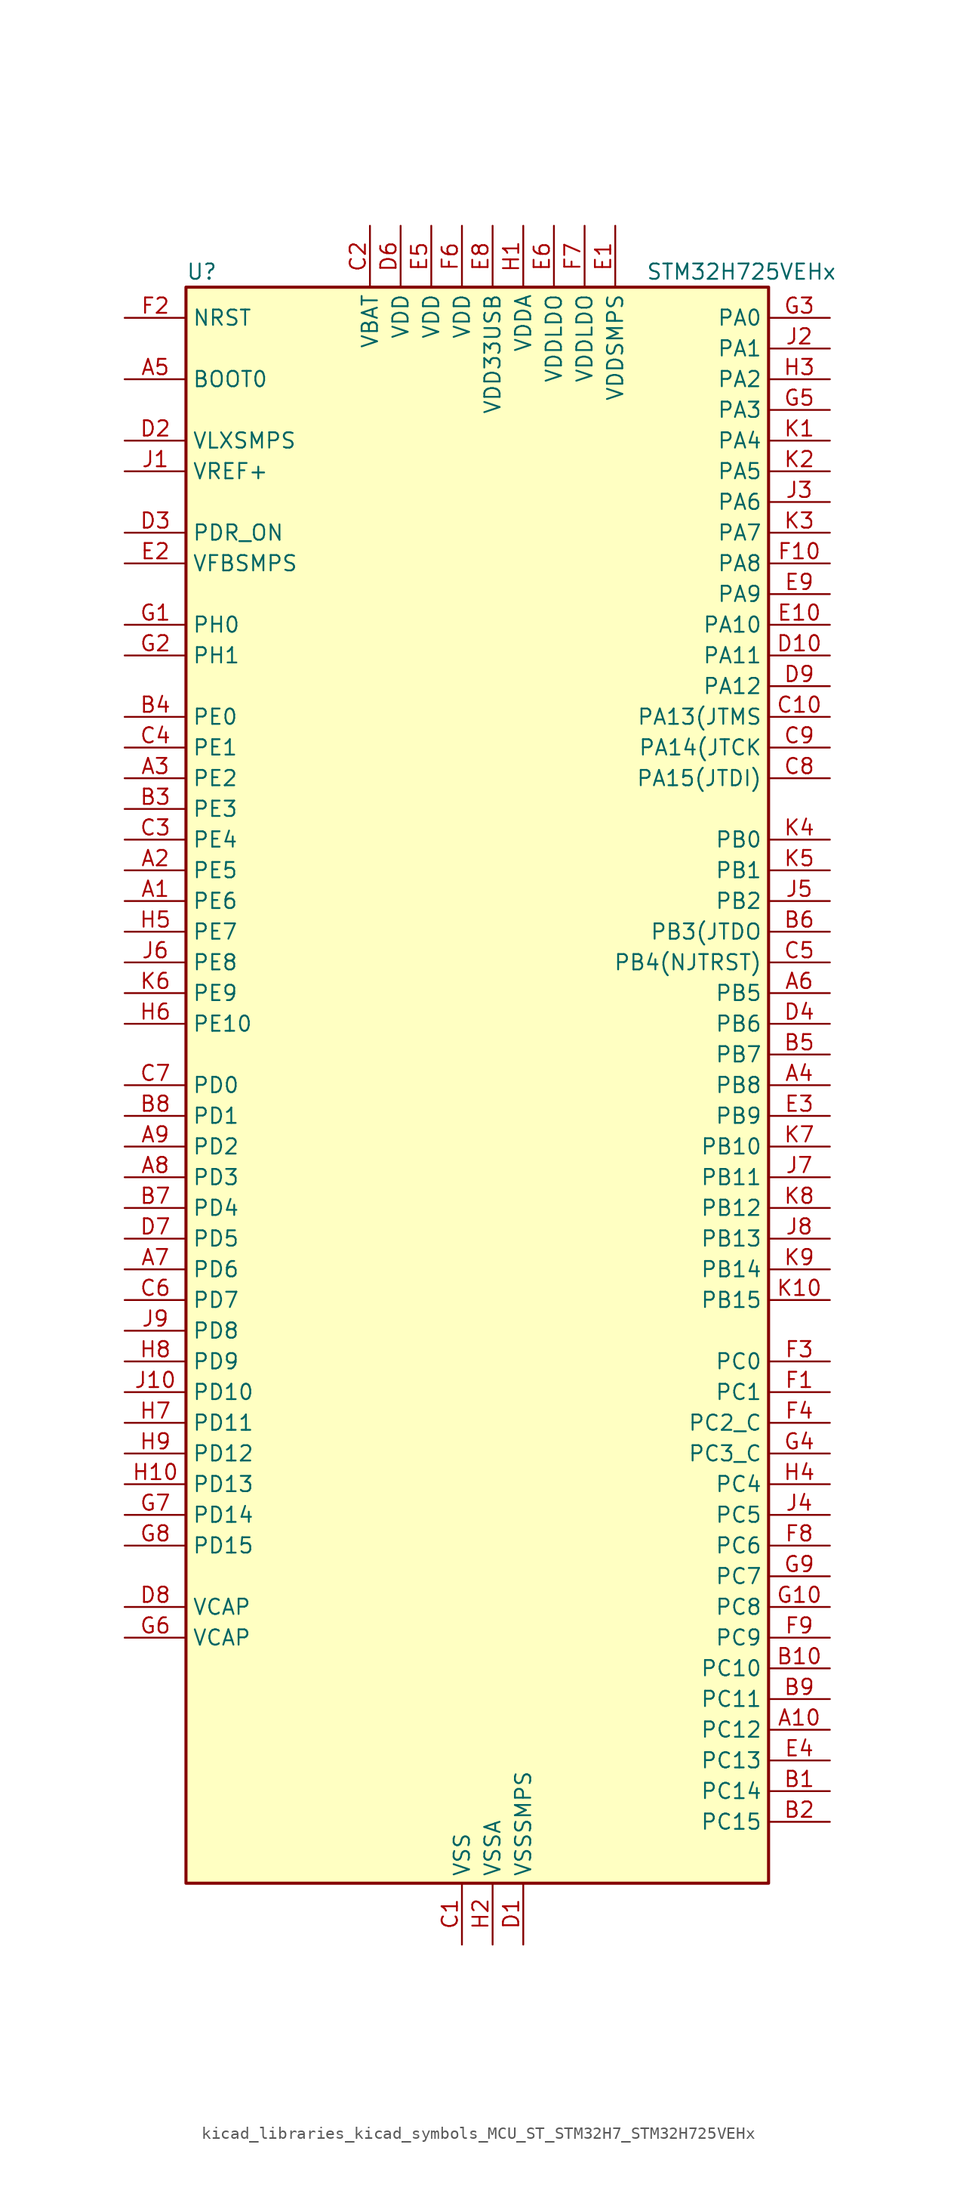
<source format=kicad_sym>
(kicad_symbol_lib
  (version 20220914)
  (generator kicad_symbol_editor)
  (symbol "kicad_libraries_kicad_symbols_MCU_ST_STM32H7_STM32H725VEHx"
    (property "Reference" "U"
      (at -22.86 67.31 0)
      (effects (font (size 1.27 1.27)) (justify left)))
    (property "Value" "STM32H725VEHx"
      (at 15.24 67.31 0)
      (effects (font (size 1.27 1.27)) (justify left)))
    (property "ki_locked" ""
      (at 0 0 0)
      (effects (font (size 1.27 1.27))))
    (symbol "kicad_libraries_kicad_symbols_MCU_ST_STM32H7_STM32H725VEHx_0_1"
      (rectangle (start -22.86 -66.04) (end 25.4 66.04) (stroke (width 0.254) (type default)) (fill (type background))))
    (symbol "kicad_libraries_kicad_symbols_MCU_ST_STM32H7_STM32H725VEHx_1_1"
      (pin bidirectional line (at -27.94 15.24 0) (length 5.08) (name "PE6" (effects (font (size 1.27 1.27)))) (number "A1" (effects (font (size 1.27 1.27)))) (alternate "DCMI_D7" bidirectional line) (alternate "DEBUG_TRACED3" bidirectional line) (alternate "FMC_A22" bidirectional line) (alternate "LTDC_G1" bidirectional line) (alternate "PSSI_D7" bidirectional line) (alternate "SAI1_D1" bidirectional line) (alternate "SAI1_SD_A" bidirectional line) (alternate "SAI4_D1" bidirectional line) (alternate "SAI4_MCLK_B" bidirectional line) (alternate "SAI4_SD_A" bidirectional line) (alternate "SPI4_MOSI" bidirectional line) (alternate "TIM15_CH2" bidirectional line) (alternate "TIM1_BKIN2" bidirectional line) (alternate "TIM1_BKIN2_COMP1" bidirectional line) (alternate "TIM1_BKIN2_COMP2" bidirectional line))
      (pin bidirectional line (at 30.48 -53.34 180) (length 5.08) (name "PC12" (effects (font (size 1.27 1.27)))) (number "A10" (effects (font (size 1.27 1.27)))) (alternate "DCMI_D9" bidirectional line) (alternate "DEBUG_TRACED3" bidirectional line) (alternate "FMC_D6" bidirectional line) (alternate "FMC_DA6" bidirectional line) (alternate "I2C5_SMBA" bidirectional line) (alternate "I2S3_SDO" bidirectional line) (alternate "I2S6_CK" bidirectional line) (alternate "LTDC_R6" bidirectional line) (alternate "PSSI_D9" bidirectional line) (alternate "SDMMC1_CK" bidirectional line) (alternate "SPI3_MOSI" bidirectional line) (alternate "SPI6_SCK" bidirectional line) (alternate "TIM15_CH1" bidirectional line) (alternate "UART5_TX" bidirectional line) (alternate "USART3_CK" bidirectional line))
      (pin bidirectional line (at -27.94 17.78 0) (length 5.08) (name "PE5" (effects (font (size 1.27 1.27)))) (number "A2" (effects (font (size 1.27 1.27)))) (alternate "DCMI_D6" bidirectional line) (alternate "DEBUG_TRACED2" bidirectional line) (alternate "DFSDM1_CKIN3" bidirectional line) (alternate "FMC_A21" bidirectional line) (alternate "LTDC_G0" bidirectional line) (alternate "PSSI_D6" bidirectional line) (alternate "SAI1_CK2" bidirectional line) (alternate "SAI1_SCK_A" bidirectional line) (alternate "SAI4_CK2" bidirectional line) (alternate "SAI4_SCK_A" bidirectional line) (alternate "SPI4_MISO" bidirectional line) (alternate "TIM15_CH1" bidirectional line))
      (pin bidirectional line (at -27.94 25.4 0) (length 5.08) (name "PE2" (effects (font (size 1.27 1.27)))) (number "A3" (effects (font (size 1.27 1.27)))) (alternate "DEBUG_TRACECLK" bidirectional line) (alternate "ETH_TXD3" bidirectional line) (alternate "FMC_A23" bidirectional line) (alternate "OCTOSPIM_P1_IO2" bidirectional line) (alternate "SAI1_CK1" bidirectional line) (alternate "SAI1_MCLK_A" bidirectional line) (alternate "SAI4_CK1" bidirectional line) (alternate "SAI4_MCLK_A" bidirectional line) (alternate "SPI4_SCK" bidirectional line) (alternate "USART10_RX" bidirectional line))
      (pin bidirectional line (at 30.48 0 180) (length 5.08) (name "PB8" (effects (font (size 1.27 1.27)))) (number "A4" (effects (font (size 1.27 1.27)))) (alternate "DCMI_D6" bidirectional line) (alternate "DFSDM1_CKIN7" bidirectional line) (alternate "ETH_TXD3" bidirectional line) (alternate "FDCAN1_RX" bidirectional line) (alternate "I2C1_SCL" bidirectional line) (alternate "I2C4_SCL" bidirectional line) (alternate "LTDC_B6" bidirectional line) (alternate "PSSI_D6" bidirectional line) (alternate "SDMMC1_CKIN" bidirectional line) (alternate "SDMMC1_D4" bidirectional line) (alternate "SDMMC2_D4" bidirectional line) (alternate "TIM16_CH1" bidirectional line) (alternate "TIM4_CH3" bidirectional line) (alternate "UART4_RX" bidirectional line))
      (pin input line (at -27.94 58.42 0) (length 5.08) (name "BOOT0" (effects (font (size 1.27 1.27)))) (number "A5" (effects (font (size 1.27 1.27)))))
      (pin bidirectional line (at 30.48 7.62 180) (length 5.08) (name "PB5" (effects (font (size 1.27 1.27)))) (number "A6" (effects (font (size 1.27 1.27)))) (alternate "DCMI_D10" bidirectional line) (alternate "ETH_PPS_OUT" bidirectional line) (alternate "FDCAN2_RX" bidirectional line) (alternate "FMC_SDCKE1" bidirectional line) (alternate "I2C1_SMBA" bidirectional line) (alternate "I2C4_SMBA" bidirectional line) (alternate "I2S1_SDO" bidirectional line) (alternate "I2S3_SDO" bidirectional line) (alternate "I2S6_SDO" bidirectional line) (alternate "LTDC_B5" bidirectional line) (alternate "PSSI_D10" bidirectional line) (alternate "SPI1_MOSI" bidirectional line) (alternate "SPI3_MOSI" bidirectional line) (alternate "SPI6_MOSI" bidirectional line) (alternate "TIM17_BKIN" bidirectional line) (alternate "TIM3_CH2" bidirectional line) (alternate "UART5_RX" bidirectional line) (alternate "USB_OTG_HS_ULPI_D7" bidirectional line))
      (pin bidirectional line (at -27.94 -15.24 0) (length 5.08) (name "PD6" (effects (font (size 1.27 1.27)))) (number "A7" (effects (font (size 1.27 1.27)))) (alternate "DCMI_D10" bidirectional line) (alternate "DFSDM1_CKIN4" bidirectional line) (alternate "DFSDM1_DATIN1" bidirectional line) (alternate "FMC_NWAIT" bidirectional line) (alternate "I2S3_SDO" bidirectional line) (alternate "LTDC_B2" bidirectional line) (alternate "OCTOSPIM_P1_IO6" bidirectional line) (alternate "PSSI_D10" bidirectional line) (alternate "SAI1_D1" bidirectional line) (alternate "SAI1_SD_A" bidirectional line) (alternate "SAI4_D1" bidirectional line) (alternate "SAI4_SD_A" bidirectional line) (alternate "SDMMC2_CK" bidirectional line) (alternate "SPI3_MOSI" bidirectional line) (alternate "USART2_RX" bidirectional line))
      (pin bidirectional line (at -27.94 -7.62 0) (length 5.08) (name "PD3" (effects (font (size 1.27 1.27)))) (number "A8" (effects (font (size 1.27 1.27)))) (alternate "DCMI_D5" bidirectional line) (alternate "DFSDM1_CKOUT" bidirectional line) (alternate "FMC_CLK" bidirectional line) (alternate "I2S2_CK" bidirectional line) (alternate "LTDC_G7" bidirectional line) (alternate "PSSI_D5" bidirectional line) (alternate "SPI2_SCK" bidirectional line) (alternate "USART2_CTS" bidirectional line) (alternate "USART2_NSS" bidirectional line))
      (pin bidirectional line (at -27.94 -5.08 0) (length 5.08) (name "PD2" (effects (font (size 1.27 1.27)))) (number "A9" (effects (font (size 1.27 1.27)))) (alternate "DCMI_D11" bidirectional line) (alternate "DEBUG_TRACED2" bidirectional line) (alternate "FMC_D7" bidirectional line) (alternate "FMC_DA7" bidirectional line) (alternate "LTDC_B2" bidirectional line) (alternate "LTDC_B7" bidirectional line) (alternate "PSSI_D11" bidirectional line) (alternate "SDMMC1_CMD" bidirectional line) (alternate "TIM15_BKIN" bidirectional line) (alternate "TIM3_ETR" bidirectional line) (alternate "UART5_RX" bidirectional line))
      (pin bidirectional line (at 30.48 -58.42 180) (length 5.08) (name "PC14" (effects (font (size 1.27 1.27)))) (number "B1" (effects (font (size 1.27 1.27)))) (alternate "RCC_OSC32_IN" bidirectional line))
      (pin bidirectional line (at 30.48 -48.26 180) (length 5.08) (name "PC10" (effects (font (size 1.27 1.27)))) (number "B10" (effects (font (size 1.27 1.27)))) (alternate "DCMI_D8" bidirectional line) (alternate "DFSDM1_CKIN5" bidirectional line) (alternate "I2C5_SDA" bidirectional line) (alternate "I2S3_CK" bidirectional line) (alternate "LTDC_B1" bidirectional line) (alternate "LTDC_R2" bidirectional line) (alternate "OCTOSPIM_P1_IO1" bidirectional line) (alternate "PSSI_D8" bidirectional line) (alternate "SDMMC1_D2" bidirectional line) (alternate "SPI3_SCK" bidirectional line) (alternate "SWPMI1_RX" bidirectional line) (alternate "UART4_TX" bidirectional line) (alternate "USART3_TX" bidirectional line))
      (pin bidirectional line (at 30.48 -60.96 180) (length 5.08) (name "PC15" (effects (font (size 1.27 1.27)))) (number "B2" (effects (font (size 1.27 1.27)))) (alternate "ADC1_EXTI15" bidirectional line) (alternate "ADC2_EXTI15" bidirectional line) (alternate "ADC3_EXTI15" bidirectional line) (alternate "RCC_OSC32_OUT" bidirectional line))
      (pin bidirectional line (at -27.94 22.86 0) (length 5.08) (name "PE3" (effects (font (size 1.27 1.27)))) (number "B3" (effects (font (size 1.27 1.27)))) (alternate "DEBUG_TRACED0" bidirectional line) (alternate "FMC_A19" bidirectional line) (alternate "SAI1_SD_B" bidirectional line) (alternate "SAI4_SD_B" bidirectional line) (alternate "TIM15_BKIN" bidirectional line) (alternate "USART10_TX" bidirectional line))
      (pin bidirectional line (at -27.94 30.48 0) (length 5.08) (name "PE0" (effects (font (size 1.27 1.27)))) (number "B4" (effects (font (size 1.27 1.27)))) (alternate "DCMI_D2" bidirectional line) (alternate "FMC_NBL0" bidirectional line) (alternate "LPTIM1_ETR" bidirectional line) (alternate "LPTIM2_ETR" bidirectional line) (alternate "LTDC_R0" bidirectional line) (alternate "PSSI_D2" bidirectional line) (alternate "SAI4_MCLK_A" bidirectional line) (alternate "TIM4_ETR" bidirectional line) (alternate "UART8_RX" bidirectional line))
      (pin bidirectional line (at 30.48 2.54 180) (length 5.08) (name "PB7" (effects (font (size 1.27 1.27)))) (number "B5" (effects (font (size 1.27 1.27)))) (alternate "DCMI_VSYNC" bidirectional line) (alternate "DFSDM1_CKIN5" bidirectional line) (alternate "FMC_NL" bidirectional line) (alternate "I2C1_SDA" bidirectional line) (alternate "I2C4_SDA" bidirectional line) (alternate "LPUART1_RX" bidirectional line) (alternate "PSSI_RDY" bidirectional line) (alternate "PWR_PVD_IN" bidirectional line) (alternate "TIM17_CH1N" bidirectional line) (alternate "TIM4_CH2" bidirectional line) (alternate "USART1_RX" bidirectional line))
      (pin bidirectional line (at 30.48 12.7 180) (length 5.08) (name "PB3(JTDO" (effects (font (size 1.27 1.27)))) (number "B6" (effects (font (size 1.27 1.27)))) (alternate "CRS_SYNC" bidirectional line) (alternate "DEBUG_JTDO-SWO" bidirectional line) (alternate "I2S1_CK" bidirectional line) (alternate "I2S3_CK" bidirectional line) (alternate "I2S6_CK" bidirectional line) (alternate "SDMMC2_D2" bidirectional line) (alternate "SPI1_SCK" bidirectional line) (alternate "SPI3_SCK" bidirectional line) (alternate "SPI6_SCK" bidirectional line) (alternate "TIM24_ETR" bidirectional line) (alternate "TIM2_CH2" bidirectional line) (alternate "UART7_RX" bidirectional line))
      (pin bidirectional line (at -27.94 -10.16 0) (length 5.08) (name "PD4" (effects (font (size 1.27 1.27)))) (number "B7" (effects (font (size 1.27 1.27)))) (alternate "FMC_NOE" bidirectional line) (alternate "OCTOSPIM_P1_IO4" bidirectional line) (alternate "USART2_DE" bidirectional line) (alternate "USART2_RTS" bidirectional line))
      (pin bidirectional line (at -27.94 -2.54 0) (length 5.08) (name "PD1" (effects (font (size 1.27 1.27)))) (number "B8" (effects (font (size 1.27 1.27)))) (alternate "DFSDM1_DATIN6" bidirectional line) (alternate "FDCAN1_TX" bidirectional line) (alternate "FMC_D3" bidirectional line) (alternate "FMC_DA3" bidirectional line) (alternate "UART4_TX" bidirectional line))
      (pin bidirectional line (at 30.48 -50.8 180) (length 5.08) (name "PC11" (effects (font (size 1.27 1.27)))) (number "B9" (effects (font (size 1.27 1.27)))) (alternate "ADC1_EXTI11" bidirectional line) (alternate "ADC2_EXTI11" bidirectional line) (alternate "ADC3_EXTI11" bidirectional line) (alternate "DCMI_D4" bidirectional line) (alternate "DFSDM1_DATIN5" bidirectional line) (alternate "I2C5_SCL" bidirectional line) (alternate "I2S3_SDI" bidirectional line) (alternate "LTDC_B4" bidirectional line) (alternate "OCTOSPIM_P1_NCS" bidirectional line) (alternate "PSSI_D4" bidirectional line) (alternate "SDMMC1_D3" bidirectional line) (alternate "SPI3_MISO" bidirectional line) (alternate "UART4_RX" bidirectional line) (alternate "USART3_RX" bidirectional line))
      (pin power_in line (at 0 -71.12 90) (length 5.08) (name "VSS" (effects (font (size 1.27 1.27)))) (number "C1" (effects (font (size 1.27 1.27)))))
      (pin bidirectional line (at 30.48 30.48 180) (length 5.08) (name "PA13(JTMS" (effects (font (size 1.27 1.27)))) (number "C10" (effects (font (size 1.27 1.27)))) (alternate "DEBUG_JTMS-SWDIO" bidirectional line))
      (pin power_in line (at -7.62 71.12 270) (length 5.08) (name "VBAT" (effects (font (size 1.27 1.27)))) (number "C2" (effects (font (size 1.27 1.27)))))
      (pin bidirectional line (at -27.94 20.32 0) (length 5.08) (name "PE4" (effects (font (size 1.27 1.27)))) (number "C3" (effects (font (size 1.27 1.27)))) (alternate "DCMI_D4" bidirectional line) (alternate "DEBUG_TRACED1" bidirectional line) (alternate "DFSDM1_DATIN3" bidirectional line) (alternate "FMC_A20" bidirectional line) (alternate "LTDC_B0" bidirectional line) (alternate "PSSI_D4" bidirectional line) (alternate "SAI1_D2" bidirectional line) (alternate "SAI1_FS_A" bidirectional line) (alternate "SAI4_D2" bidirectional line) (alternate "SAI4_FS_A" bidirectional line) (alternate "SPI4_NSS" bidirectional line) (alternate "TIM15_CH1N" bidirectional line))
      (pin bidirectional line (at -27.94 27.94 0) (length 5.08) (name "PE1" (effects (font (size 1.27 1.27)))) (number "C4" (effects (font (size 1.27 1.27)))) (alternate "DCMI_D3" bidirectional line) (alternate "FMC_NBL1" bidirectional line) (alternate "LPTIM1_IN2" bidirectional line) (alternate "LTDC_R6" bidirectional line) (alternate "PSSI_D3" bidirectional line) (alternate "UART8_TX" bidirectional line))
      (pin bidirectional line (at 30.48 10.16 180) (length 5.08) (name "PB4(NJTRST)" (effects (font (size 1.27 1.27)))) (number "C5" (effects (font (size 1.27 1.27)))) (alternate "DEBUG_JTRST" bidirectional line) (alternate "I2S1_SDI" bidirectional line) (alternate "I2S2_WS" bidirectional line) (alternate "I2S3_SDI" bidirectional line) (alternate "I2S6_SDI" bidirectional line) (alternate "SDMMC2_D3" bidirectional line) (alternate "SPI1_MISO" bidirectional line) (alternate "SPI2_NSS" bidirectional line) (alternate "SPI3_MISO" bidirectional line) (alternate "SPI6_MISO" bidirectional line) (alternate "TIM16_BKIN" bidirectional line) (alternate "TIM3_CH1" bidirectional line) (alternate "UART7_TX" bidirectional line))
      (pin bidirectional line (at -27.94 -17.78 0) (length 5.08) (name "PD7" (effects (font (size 1.27 1.27)))) (number "C6" (effects (font (size 1.27 1.27)))) (alternate "DFSDM1_CKIN1" bidirectional line) (alternate "DFSDM1_DATIN4" bidirectional line) (alternate "FMC_NE1" bidirectional line) (alternate "I2S1_SDO" bidirectional line) (alternate "OCTOSPIM_P1_IO7" bidirectional line) (alternate "SDMMC2_CMD" bidirectional line) (alternate "SPDIFRX1_IN0" bidirectional line) (alternate "SPI1_MOSI" bidirectional line) (alternate "USART2_CK" bidirectional line))
      (pin bidirectional line (at -27.94 0 0) (length 5.08) (name "PD0" (effects (font (size 1.27 1.27)))) (number "C7" (effects (font (size 1.27 1.27)))) (alternate "DFSDM1_CKIN6" bidirectional line) (alternate "FDCAN1_RX" bidirectional line) (alternate "FMC_D2" bidirectional line) (alternate "FMC_DA2" bidirectional line) (alternate "LTDC_B1" bidirectional line) (alternate "UART4_RX" bidirectional line) (alternate "UART9_CTS" bidirectional line))
      (pin bidirectional line (at 30.48 25.4 180) (length 5.08) (name "PA15(JTDI)" (effects (font (size 1.27 1.27)))) (number "C8" (effects (font (size 1.27 1.27)))) (alternate "ADC1_EXTI15" bidirectional line) (alternate "ADC2_EXTI15" bidirectional line) (alternate "ADC3_EXTI15" bidirectional line) (alternate "CEC" bidirectional line) (alternate "DEBUG_JTDI" bidirectional line) (alternate "I2S1_WS" bidirectional line) (alternate "I2S3_WS" bidirectional line) (alternate "I2S6_WS" bidirectional line) (alternate "LTDC_B6" bidirectional line) (alternate "LTDC_R3" bidirectional line) (alternate "SPI1_NSS" bidirectional line) (alternate "SPI3_NSS" bidirectional line) (alternate "SPI6_NSS" bidirectional line) (alternate "TIM2_CH1" bidirectional line) (alternate "TIM2_ETR" bidirectional line) (alternate "UART4_DE" bidirectional line) (alternate "UART4_RTS" bidirectional line) (alternate "UART7_TX" bidirectional line))
      (pin bidirectional line (at 30.48 27.94 180) (length 5.08) (name "PA14(JTCK" (effects (font (size 1.27 1.27)))) (number "C9" (effects (font (size 1.27 1.27)))) (alternate "DEBUG_JTCK-SWCLK" bidirectional line))
      (pin power_in line (at 5.08 -71.12 90) (length 5.08) (name "VSSSMPS" (effects (font (size 1.27 1.27)))) (number "D1" (effects (font (size 1.27 1.27)))))
      (pin bidirectional line (at 30.48 35.56 180) (length 5.08) (name "PA11" (effects (font (size 1.27 1.27)))) (number "D10" (effects (font (size 1.27 1.27)))) (alternate "ADC1_EXTI11" bidirectional line) (alternate "ADC2_EXTI11" bidirectional line) (alternate "ADC3_EXTI11" bidirectional line) (alternate "FDCAN1_RX" bidirectional line) (alternate "I2S2_WS" bidirectional line) (alternate "LPUART1_CTS" bidirectional line) (alternate "LTDC_R4" bidirectional line) (alternate "SPI2_NSS" bidirectional line) (alternate "TIM1_CH4" bidirectional line) (alternate "UART4_RX" bidirectional line) (alternate "USART1_CTS" bidirectional line) (alternate "USART1_NSS" bidirectional line) (alternate "USB_OTG_HS_DM" bidirectional line))
      (pin power_in line (at -27.94 53.34 0) (length 5.08) (name "VLXSMPS" (effects (font (size 1.27 1.27)))) (number "D2" (effects (font (size 1.27 1.27)))))
      (pin input line (at -27.94 45.72 0) (length 5.08) (name "PDR_ON" (effects (font (size 1.27 1.27)))) (number "D3" (effects (font (size 1.27 1.27)))))
      (pin bidirectional line (at 30.48 5.08 180) (length 5.08) (name "PB6" (effects (font (size 1.27 1.27)))) (number "D4" (effects (font (size 1.27 1.27)))) (alternate "CEC" bidirectional line) (alternate "DCMI_D5" bidirectional line) (alternate "DFSDM1_DATIN5" bidirectional line) (alternate "FDCAN2_TX" bidirectional line) (alternate "FMC_SDNE1" bidirectional line) (alternate "I2C1_SCL" bidirectional line) (alternate "I2C4_SCL" bidirectional line) (alternate "LPUART1_TX" bidirectional line) (alternate "OCTOSPIM_P1_NCS" bidirectional line) (alternate "PSSI_D5" bidirectional line) (alternate "TIM16_CH1N" bidirectional line) (alternate "TIM4_CH1" bidirectional line) (alternate "UART5_TX" bidirectional line) (alternate "USART1_TX" bidirectional line))
      (pin passive line (at 0 -71.12 90) (length 5.08) hide (name "VSS" (effects (font (size 1.27 1.27)))) (number "D5" (effects (font (size 1.27 1.27)))))
      (pin power_in line (at -5.08 71.12 270) (length 5.08) (name "VDD" (effects (font (size 1.27 1.27)))) (number "D6" (effects (font (size 1.27 1.27)))))
      (pin bidirectional line (at -27.94 -12.7 0) (length 5.08) (name "PD5" (effects (font (size 1.27 1.27)))) (number "D7" (effects (font (size 1.27 1.27)))) (alternate "FMC_NWE" bidirectional line) (alternate "OCTOSPIM_P1_IO5" bidirectional line) (alternate "USART2_TX" bidirectional line))
      (pin power_out line (at -27.94 -43.18 0) (length 5.08) (name "VCAP" (effects (font (size 1.27 1.27)))) (number "D8" (effects (font (size 1.27 1.27)))))
      (pin bidirectional line (at 30.48 33.02 180) (length 5.08) (name "PA12" (effects (font (size 1.27 1.27)))) (number "D9" (effects (font (size 1.27 1.27)))) (alternate "FDCAN1_TX" bidirectional line) (alternate "I2S2_CK" bidirectional line) (alternate "LPUART1_DE" bidirectional line) (alternate "LPUART1_RTS" bidirectional line) (alternate "LTDC_R5" bidirectional line) (alternate "SAI4_FS_B" bidirectional line) (alternate "SPI2_SCK" bidirectional line) (alternate "TIM1_BKIN2" bidirectional line) (alternate "TIM1_ETR" bidirectional line) (alternate "UART4_TX" bidirectional line) (alternate "USART1_DE" bidirectional line) (alternate "USART1_RTS" bidirectional line) (alternate "USB_OTG_HS_DP" bidirectional line))
      (pin power_in line (at 12.7 71.12 270) (length 5.08) (name "VDDSMPS" (effects (font (size 1.27 1.27)))) (number "E1" (effects (font (size 1.27 1.27)))))
      (pin bidirectional line (at 30.48 38.1 180) (length 5.08) (name "PA10" (effects (font (size 1.27 1.27)))) (number "E10" (effects (font (size 1.27 1.27)))) (alternate "DCMI_D1" bidirectional line) (alternate "LPUART1_RX" bidirectional line) (alternate "LTDC_B1" bidirectional line) (alternate "LTDC_B4" bidirectional line) (alternate "MDIOS_MDIO" bidirectional line) (alternate "PSSI_D1" bidirectional line) (alternate "TIM1_CH3" bidirectional line) (alternate "USART1_RX" bidirectional line) (alternate "USB_OTG_HS_ID" bidirectional line))
      (pin input line (at -27.94 43.18 0) (length 5.08) (name "VFBSMPS" (effects (font (size 1.27 1.27)))) (number "E2" (effects (font (size 1.27 1.27)))))
      (pin bidirectional line (at 30.48 -2.54 180) (length 5.08) (name "PB9" (effects (font (size 1.27 1.27)))) (number "E3" (effects (font (size 1.27 1.27)))) (alternate "DAC1_EXTI9" bidirectional line) (alternate "DCMI_D7" bidirectional line) (alternate "DFSDM1_DATIN7" bidirectional line) (alternate "FDCAN1_TX" bidirectional line) (alternate "I2C1_SDA" bidirectional line) (alternate "I2C4_SDA" bidirectional line) (alternate "I2C4_SMBA" bidirectional line) (alternate "I2S2_WS" bidirectional line) (alternate "LTDC_B7" bidirectional line) (alternate "PSSI_D7" bidirectional line) (alternate "SDMMC1_CDIR" bidirectional line) (alternate "SDMMC1_D5" bidirectional line) (alternate "SDMMC2_D5" bidirectional line) (alternate "SPI2_NSS" bidirectional line) (alternate "TIM17_CH1" bidirectional line) (alternate "TIM4_CH4" bidirectional line) (alternate "UART4_TX" bidirectional line))
      (pin bidirectional line (at 30.48 -55.88 180) (length 5.08) (name "PC13" (effects (font (size 1.27 1.27)))) (number "E4" (effects (font (size 1.27 1.27)))) (alternate "PWR_WKUP4" bidirectional line) (alternate "RTC_OUT_ALARM" bidirectional line) (alternate "RTC_OUT_CALIB" bidirectional line) (alternate "RTC_TAMP1" bidirectional line) (alternate "RTC_TS" bidirectional line))
      (pin power_in line (at -2.54 71.12 270) (length 5.08) (name "VDD" (effects (font (size 1.27 1.27)))) (number "E5" (effects (font (size 1.27 1.27)))))
      (pin power_in line (at 7.62 71.12 270) (length 5.08) (name "VDDLDO" (effects (font (size 1.27 1.27)))) (number "E6" (effects (font (size 1.27 1.27)))))
      (pin passive line (at 0 -71.12 90) (length 5.08) hide (name "VSS" (effects (font (size 1.27 1.27)))) (number "E7" (effects (font (size 1.27 1.27)))))
      (pin power_in line (at 2.54 71.12 270) (length 5.08) (name "VDD33USB" (effects (font (size 1.27 1.27)))) (number "E8" (effects (font (size 1.27 1.27)))))
      (pin bidirectional line (at 30.48 40.64 180) (length 5.08) (name "PA9" (effects (font (size 1.27 1.27)))) (number "E9" (effects (font (size 1.27 1.27)))) (alternate "DAC1_EXTI9" bidirectional line) (alternate "DCMI_D0" bidirectional line) (alternate "ETH_TX_ER" bidirectional line) (alternate "I2C3_SMBA" bidirectional line) (alternate "I2C5_SMBA" bidirectional line) (alternate "I2S2_CK" bidirectional line) (alternate "LPUART1_TX" bidirectional line) (alternate "LTDC_R5" bidirectional line) (alternate "PSSI_D0" bidirectional line) (alternate "SPI2_SCK" bidirectional line) (alternate "TIM1_CH2" bidirectional line) (alternate "USART1_TX" bidirectional line) (alternate "USB_OTG_HS_VBUS" bidirectional line))
      (pin bidirectional line (at 30.48 -25.4 180) (length 5.08) (name "PC1" (effects (font (size 1.27 1.27)))) (number "F1" (effects (font (size 1.27 1.27)))) (alternate "ADC1_INN10" bidirectional line) (alternate "ADC1_INP11" bidirectional line) (alternate "ADC2_INN10" bidirectional line) (alternate "ADC2_INP11" bidirectional line) (alternate "ADC3_INN10" bidirectional line) (alternate "ADC3_INP11" bidirectional line) (alternate "DEBUG_TRACED0" bidirectional line) (alternate "DFSDM1_CKIN4" bidirectional line) (alternate "DFSDM1_DATIN0" bidirectional line) (alternate "ETH_MDC" bidirectional line) (alternate "I2S2_SDO" bidirectional line) (alternate "LTDC_G5" bidirectional line) (alternate "MDIOS_MDC" bidirectional line) (alternate "OCTOSPIM_P1_IO4" bidirectional line) (alternate "PWR_WKUP6" bidirectional line) (alternate "RTC_TAMP3" bidirectional line) (alternate "SAI1_D1" bidirectional line) (alternate "SAI1_SD_A" bidirectional line) (alternate "SAI4_D1" bidirectional line) (alternate "SAI4_SD_A" bidirectional line) (alternate "SDMMC2_CK" bidirectional line) (alternate "SPI2_MOSI" bidirectional line))
      (pin bidirectional line (at 30.48 43.18 180) (length 5.08) (name "PA8" (effects (font (size 1.27 1.27)))) (number "F10" (effects (font (size 1.27 1.27)))) (alternate "I2C3_SCL" bidirectional line) (alternate "I2C5_SCL" bidirectional line) (alternate "LTDC_B3" bidirectional line) (alternate "LTDC_R6" bidirectional line) (alternate "RCC_MCO_1" bidirectional line) (alternate "TIM1_CH1" bidirectional line) (alternate "TIM8_BKIN2" bidirectional line) (alternate "TIM8_BKIN2_COMP1" bidirectional line) (alternate "TIM8_BKIN2_COMP2" bidirectional line) (alternate "UART7_RX" bidirectional line) (alternate "USART1_CK" bidirectional line) (alternate "USB_OTG_HS_SOF" bidirectional line))
      (pin input line (at -27.94 63.5 0) (length 5.08) (name "NRST" (effects (font (size 1.27 1.27)))) (number "F2" (effects (font (size 1.27 1.27)))))
      (pin bidirectional line (at 30.48 -22.86 180) (length 5.08) (name "PC0" (effects (font (size 1.27 1.27)))) (number "F3" (effects (font (size 1.27 1.27)))) (alternate "ADC1_INP10" bidirectional line) (alternate "ADC2_INP10" bidirectional line) (alternate "ADC3_INP10" bidirectional line) (alternate "DFSDM1_CKIN0" bidirectional line) (alternate "DFSDM1_DATIN4" bidirectional line) (alternate "FMC_A25" bidirectional line) (alternate "FMC_D12" bidirectional line) (alternate "FMC_DA12" bidirectional line) (alternate "FMC_SDNWE" bidirectional line) (alternate "LTDC_G2" bidirectional line) (alternate "LTDC_R5" bidirectional line) (alternate "SAI4_FS_B" bidirectional line) (alternate "USB_OTG_HS_ULPI_STP" bidirectional line))
      (pin bidirectional line (at 30.48 -27.94 180) (length 5.08) (name "PC2_C" (effects (font (size 1.27 1.27)))) (number "F4" (effects (font (size 1.27 1.27)))) (alternate "ADC3_INN1" bidirectional line) (alternate "ADC3_INP0" bidirectional line) (alternate "DFSDM1_CKIN1" bidirectional line) (alternate "DFSDM1_CKOUT" bidirectional line) (alternate "ETH_TXD2" bidirectional line) (alternate "FMC_SDNE0" bidirectional line) (alternate "I2S2_SDI" bidirectional line) (alternate "OCTOSPIM_P1_IO2" bidirectional line) (alternate "OCTOSPIM_P1_IO5" bidirectional line) (alternate "PWR_CSTOP" bidirectional line) (alternate "SPI2_MISO" bidirectional line) (alternate "USB_OTG_HS_ULPI_DIR" bidirectional line))
      (pin passive line (at 0 -71.12 90) (length 5.08) hide (name "VSS" (effects (font (size 1.27 1.27)))) (number "F5" (effects (font (size 1.27 1.27)))))
      (pin power_in line (at 0 71.12 270) (length 5.08) (name "VDD" (effects (font (size 1.27 1.27)))) (number "F6" (effects (font (size 1.27 1.27)))))
      (pin power_in line (at 10.16 71.12 270) (length 5.08) (name "VDDLDO" (effects (font (size 1.27 1.27)))) (number "F7" (effects (font (size 1.27 1.27)))))
      (pin bidirectional line (at 30.48 -38.1 180) (length 5.08) (name "PC6" (effects (font (size 1.27 1.27)))) (number "F8" (effects (font (size 1.27 1.27)))) (alternate "DCMI_D0" bidirectional line) (alternate "DFSDM1_CKIN3" bidirectional line) (alternate "FMC_NWAIT" bidirectional line) (alternate "I2S2_MCK" bidirectional line) (alternate "LTDC_HSYNC" bidirectional line) (alternate "PSSI_D0" bidirectional line) (alternate "SDMMC1_D0DIR" bidirectional line) (alternate "SDMMC1_D6" bidirectional line) (alternate "SDMMC2_D6" bidirectional line) (alternate "SWPMI1_IO" bidirectional line) (alternate "TIM3_CH1" bidirectional line) (alternate "TIM8_CH1" bidirectional line) (alternate "USART6_TX" bidirectional line))
      (pin bidirectional line (at 30.48 -45.72 180) (length 5.08) (name "PC9" (effects (font (size 1.27 1.27)))) (number "F9" (effects (font (size 1.27 1.27)))) (alternate "DAC1_EXTI9" bidirectional line) (alternate "DCMI_D3" bidirectional line) (alternate "I2C3_SDA" bidirectional line) (alternate "I2C5_SDA" bidirectional line) (alternate "I2S_CKIN" bidirectional line) (alternate "LTDC_B2" bidirectional line) (alternate "LTDC_G3" bidirectional line) (alternate "OCTOSPIM_P1_IO0" bidirectional line) (alternate "PSSI_D3" bidirectional line) (alternate "RCC_MCO_2" bidirectional line) (alternate "SDMMC1_D1" bidirectional line) (alternate "SWPMI1_SUSPEND" bidirectional line) (alternate "TIM3_CH4" bidirectional line) (alternate "TIM8_CH4" bidirectional line) (alternate "UART5_CTS" bidirectional line))
      (pin bidirectional line (at -27.94 38.1 0) (length 5.08) (name "PH0" (effects (font (size 1.27 1.27)))) (number "G1" (effects (font (size 1.27 1.27)))) (alternate "RCC_OSC_IN" bidirectional line))
      (pin bidirectional line (at 30.48 -43.18 180) (length 5.08) (name "PC8" (effects (font (size 1.27 1.27)))) (number "G10" (effects (font (size 1.27 1.27)))) (alternate "DCMI_D2" bidirectional line) (alternate "DEBUG_TRACED1" bidirectional line) (alternate "FMC_INT" bidirectional line) (alternate "FMC_NCE" bidirectional line) (alternate "FMC_NE2" bidirectional line) (alternate "PSSI_D2" bidirectional line) (alternate "SDMMC1_D0" bidirectional line) (alternate "SWPMI1_RX" bidirectional line) (alternate "TIM3_CH3" bidirectional line) (alternate "TIM8_CH3" bidirectional line) (alternate "UART5_DE" bidirectional line) (alternate "UART5_RTS" bidirectional line) (alternate "USART6_CK" bidirectional line))
      (pin bidirectional line (at -27.94 35.56 0) (length 5.08) (name "PH1" (effects (font (size 1.27 1.27)))) (number "G2" (effects (font (size 1.27 1.27)))) (alternate "RCC_OSC_OUT" bidirectional line))
      (pin bidirectional line (at 30.48 63.5 180) (length 5.08) (name "PA0" (effects (font (size 1.27 1.27)))) (number "G3" (effects (font (size 1.27 1.27)))) (alternate "ADC1_INP16" bidirectional line) (alternate "ETH_CRS" bidirectional line) (alternate "FMC_A19" bidirectional line) (alternate "I2S6_WS" bidirectional line) (alternate "PWR_WKUP1" bidirectional line) (alternate "SAI4_SD_B" bidirectional line) (alternate "SDMMC2_CMD" bidirectional line) (alternate "SPI6_NSS" bidirectional line) (alternate "TIM15_BKIN" bidirectional line) (alternate "TIM2_CH1" bidirectional line) (alternate "TIM2_ETR" bidirectional line) (alternate "TIM5_CH1" bidirectional line) (alternate "TIM8_ETR" bidirectional line) (alternate "UART4_TX" bidirectional line) (alternate "USART2_CTS" bidirectional line) (alternate "USART2_NSS" bidirectional line))
      (pin bidirectional line (at 30.48 -30.48 180) (length 5.08) (name "PC3_C" (effects (font (size 1.27 1.27)))) (number "G4" (effects (font (size 1.27 1.27)))) (alternate "ADC3_INP1" bidirectional line) (alternate "DFSDM1_DATIN1" bidirectional line) (alternate "ETH_TX_CLK" bidirectional line) (alternate "FMC_SDCKE0" bidirectional line) (alternate "I2S2_SDO" bidirectional line) (alternate "OCTOSPIM_P1_IO0" bidirectional line) (alternate "OCTOSPIM_P1_IO6" bidirectional line) (alternate "PWR_CSLEEP" bidirectional line) (alternate "SPI2_MOSI" bidirectional line) (alternate "USB_OTG_HS_ULPI_NXT" bidirectional line))
      (pin bidirectional line (at 30.48 55.88 180) (length 5.08) (name "PA3" (effects (font (size 1.27 1.27)))) (number "G5" (effects (font (size 1.27 1.27)))) (alternate "ADC1_INP15" bidirectional line) (alternate "ADC2_INP15" bidirectional line) (alternate "ETH_COL" bidirectional line) (alternate "I2S6_MCK" bidirectional line) (alternate "LPTIM5_OUT" bidirectional line) (alternate "LTDC_B2" bidirectional line) (alternate "LTDC_B5" bidirectional line) (alternate "OCTOSPIM_P1_CLK" bidirectional line) (alternate "OCTOSPIM_P1_IO2" bidirectional line) (alternate "TIM15_CH2" bidirectional line) (alternate "TIM2_CH4" bidirectional line) (alternate "TIM5_CH4" bidirectional line) (alternate "USART2_RX" bidirectional line) (alternate "USB_OTG_HS_ULPI_D0" bidirectional line))
      (pin power_out line (at -27.94 -45.72 0) (length 5.08) (name "VCAP" (effects (font (size 1.27 1.27)))) (number "G6" (effects (font (size 1.27 1.27)))))
      (pin bidirectional line (at -27.94 -35.56 0) (length 5.08) (name "PD14" (effects (font (size 1.27 1.27)))) (number "G7" (effects (font (size 1.27 1.27)))) (alternate "FMC_D0" bidirectional line) (alternate "FMC_DA0" bidirectional line) (alternate "TIM4_CH3" bidirectional line) (alternate "UART8_CTS" bidirectional line) (alternate "UART9_RX" bidirectional line))
      (pin bidirectional line (at -27.94 -38.1 0) (length 5.08) (name "PD15" (effects (font (size 1.27 1.27)))) (number "G8" (effects (font (size 1.27 1.27)))) (alternate "ADC1_EXTI15" bidirectional line) (alternate "ADC2_EXTI15" bidirectional line) (alternate "ADC3_EXTI15" bidirectional line) (alternate "FMC_D1" bidirectional line) (alternate "FMC_DA1" bidirectional line) (alternate "TIM4_CH4" bidirectional line) (alternate "UART8_DE" bidirectional line) (alternate "UART8_RTS" bidirectional line) (alternate "UART9_TX" bidirectional line))
      (pin bidirectional line (at 30.48 -40.64 180) (length 5.08) (name "PC7" (effects (font (size 1.27 1.27)))) (number "G9" (effects (font (size 1.27 1.27)))) (alternate "DCMI_D1" bidirectional line) (alternate "DEBUG_TRGIO" bidirectional line) (alternate "DFSDM1_DATIN3" bidirectional line) (alternate "FMC_NE1" bidirectional line) (alternate "I2S3_MCK" bidirectional line) (alternate "LTDC_G6" bidirectional line) (alternate "PSSI_D1" bidirectional line) (alternate "SDMMC1_D123DIR" bidirectional line) (alternate "SDMMC1_D7" bidirectional line) (alternate "SDMMC2_D7" bidirectional line) (alternate "SWPMI1_TX" bidirectional line) (alternate "TIM3_CH2" bidirectional line) (alternate "TIM8_CH2" bidirectional line) (alternate "USART6_RX" bidirectional line))
      (pin power_in line (at 5.08 71.12 270) (length 5.08) (name "VDDA" (effects (font (size 1.27 1.27)))) (number "H1" (effects (font (size 1.27 1.27)))))
      (pin bidirectional line (at -27.94 -33.02 0) (length 5.08) (name "PD13" (effects (font (size 1.27 1.27)))) (number "H10" (effects (font (size 1.27 1.27)))) (alternate "DCMI_D13" bidirectional line) (alternate "FDCAN3_TX" bidirectional line) (alternate "FMC_A18" bidirectional line) (alternate "I2C4_SDA" bidirectional line) (alternate "LPTIM1_OUT" bidirectional line) (alternate "OCTOSPIM_P1_IO3" bidirectional line) (alternate "PSSI_D13" bidirectional line) (alternate "SAI4_SCK_A" bidirectional line) (alternate "TIM4_CH2" bidirectional line) (alternate "UART9_DE" bidirectional line) (alternate "UART9_RTS" bidirectional line))
      (pin power_in line (at 2.54 -71.12 90) (length 5.08) (name "VSSA" (effects (font (size 1.27 1.27)))) (number "H2" (effects (font (size 1.27 1.27)))))
      (pin bidirectional line (at 30.48 58.42 180) (length 5.08) (name "PA2" (effects (font (size 1.27 1.27)))) (number "H3" (effects (font (size 1.27 1.27)))) (alternate "ADC1_INP14" bidirectional line) (alternate "ADC2_INP14" bidirectional line) (alternate "ETH_MDIO" bidirectional line) (alternate "LPTIM4_OUT" bidirectional line) (alternate "LTDC_R1" bidirectional line) (alternate "MDIOS_MDIO" bidirectional line) (alternate "OCTOSPIM_P1_IO0" bidirectional line) (alternate "PWR_WKUP2" bidirectional line) (alternate "SAI4_SCK_B" bidirectional line) (alternate "TIM15_CH1" bidirectional line) (alternate "TIM2_CH3" bidirectional line) (alternate "TIM5_CH3" bidirectional line) (alternate "USART2_TX" bidirectional line))
      (pin bidirectional line (at 30.48 -33.02 180) (length 5.08) (name "PC4" (effects (font (size 1.27 1.27)))) (number "H4" (effects (font (size 1.27 1.27)))) (alternate "ADC1_INP4" bidirectional line) (alternate "ADC2_INP4" bidirectional line) (alternate "COMP1_INM" bidirectional line) (alternate "DFSDM1_CKIN2" bidirectional line) (alternate "ETH_RXD0" bidirectional line) (alternate "FMC_A22" bidirectional line) (alternate "FMC_SDNE0" bidirectional line) (alternate "I2S1_MCK" bidirectional line) (alternate "LTDC_R7" bidirectional line) (alternate "OPAMP1_VOUT" bidirectional line) (alternate "SDMMC2_CKIN" bidirectional line) (alternate "SPDIFRX1_IN2" bidirectional line))
      (pin bidirectional line (at -27.94 12.7 0) (length 5.08) (name "PE7" (effects (font (size 1.27 1.27)))) (number "H5" (effects (font (size 1.27 1.27)))) (alternate "COMP2_INM" bidirectional line) (alternate "DFSDM1_DATIN2" bidirectional line) (alternate "FMC_D4" bidirectional line) (alternate "FMC_DA4" bidirectional line) (alternate "OCTOSPIM_P1_IO4" bidirectional line) (alternate "OPAMP2_VOUT" bidirectional line) (alternate "TIM1_ETR" bidirectional line) (alternate "UART7_RX" bidirectional line))
      (pin bidirectional line (at -27.94 5.08 0) (length 5.08) (name "PE10" (effects (font (size 1.27 1.27)))) (number "H6" (effects (font (size 1.27 1.27)))) (alternate "COMP2_INM" bidirectional line) (alternate "DFSDM1_DATIN4" bidirectional line) (alternate "FMC_D7" bidirectional line) (alternate "FMC_DA7" bidirectional line) (alternate "OCTOSPIM_P1_IO7" bidirectional line) (alternate "TIM1_CH2N" bidirectional line) (alternate "UART7_CTS" bidirectional line))
      (pin bidirectional line (at -27.94 -27.94 0) (length 5.08) (name "PD11" (effects (font (size 1.27 1.27)))) (number "H7" (effects (font (size 1.27 1.27)))) (alternate "ADC1_EXTI11" bidirectional line) (alternate "ADC2_EXTI11" bidirectional line) (alternate "ADC3_EXTI11" bidirectional line) (alternate "FMC_A16" bidirectional line) (alternate "FMC_CLE" bidirectional line) (alternate "I2C4_SMBA" bidirectional line) (alternate "LPTIM2_IN2" bidirectional line) (alternate "OCTOSPIM_P1_IO0" bidirectional line) (alternate "SAI4_SD_A" bidirectional line) (alternate "USART3_CTS" bidirectional line) (alternate "USART3_NSS" bidirectional line))
      (pin bidirectional line (at -27.94 -22.86 0) (length 5.08) (name "PD9" (effects (font (size 1.27 1.27)))) (number "H8" (effects (font (size 1.27 1.27)))) (alternate "DAC1_EXTI9" bidirectional line) (alternate "DFSDM1_DATIN3" bidirectional line) (alternate "FMC_D14" bidirectional line) (alternate "FMC_DA14" bidirectional line) (alternate "USART3_RX" bidirectional line))
      (pin bidirectional line (at -27.94 -30.48 0) (length 5.08) (name "PD12" (effects (font (size 1.27 1.27)))) (number "H9" (effects (font (size 1.27 1.27)))) (alternate "DCMI_D12" bidirectional line) (alternate "FDCAN3_RX" bidirectional line) (alternate "FMC_A17" bidirectional line) (alternate "FMC_ALE" bidirectional line) (alternate "I2C4_SCL" bidirectional line) (alternate "LPTIM1_IN1" bidirectional line) (alternate "LPTIM2_IN1" bidirectional line) (alternate "OCTOSPIM_P1_IO1" bidirectional line) (alternate "PSSI_D12" bidirectional line) (alternate "SAI4_FS_A" bidirectional line) (alternate "TIM4_CH1" bidirectional line) (alternate "USART3_DE" bidirectional line) (alternate "USART3_RTS" bidirectional line))
      (pin input line (at -27.94 50.8 0) (length 5.08) (name "VREF+" (effects (font (size 1.27 1.27)))) (number "J1" (effects (font (size 1.27 1.27)))) (alternate "VREFBUF_OUT" bidirectional line))
      (pin bidirectional line (at -27.94 -25.4 0) (length 5.08) (name "PD10" (effects (font (size 1.27 1.27)))) (number "J10" (effects (font (size 1.27 1.27)))) (alternate "DFSDM1_CKOUT" bidirectional line) (alternate "FMC_D15" bidirectional line) (alternate "FMC_DA15" bidirectional line) (alternate "LTDC_B3" bidirectional line) (alternate "USART3_CK" bidirectional line))
      (pin bidirectional line (at 30.48 60.96 180) (length 5.08) (name "PA1" (effects (font (size 1.27 1.27)))) (number "J2" (effects (font (size 1.27 1.27)))) (alternate "ADC1_INN16" bidirectional line) (alternate "ADC1_INP17" bidirectional line) (alternate "ETH_REF_CLK" bidirectional line) (alternate "ETH_RX_CLK" bidirectional line) (alternate "LPTIM3_OUT" bidirectional line) (alternate "LTDC_R2" bidirectional line) (alternate "OCTOSPIM_P1_DQS" bidirectional line) (alternate "OCTOSPIM_P1_IO3" bidirectional line) (alternate "SAI4_MCLK_B" bidirectional line) (alternate "TIM15_CH1N" bidirectional line) (alternate "TIM2_CH2" bidirectional line) (alternate "TIM5_CH2" bidirectional line) (alternate "UART4_RX" bidirectional line) (alternate "USART2_DE" bidirectional line) (alternate "USART2_RTS" bidirectional line))
      (pin bidirectional line (at 30.48 48.26 180) (length 5.08) (name "PA6" (effects (font (size 1.27 1.27)))) (number "J3" (effects (font (size 1.27 1.27)))) (alternate "ADC1_INP3" bidirectional line) (alternate "ADC2_INP3" bidirectional line) (alternate "DCMI_PIXCLK" bidirectional line) (alternate "I2S1_SDI" bidirectional line) (alternate "I2S6_SDI" bidirectional line) (alternate "LTDC_G2" bidirectional line) (alternate "MDIOS_MDC" bidirectional line) (alternate "OCTOSPIM_P1_IO3" bidirectional line) (alternate "PSSI_PDCK" bidirectional line) (alternate "SPI1_MISO" bidirectional line) (alternate "SPI6_MISO" bidirectional line) (alternate "TIM13_CH1" bidirectional line) (alternate "TIM1_BKIN" bidirectional line) (alternate "TIM1_BKIN_COMP1" bidirectional line) (alternate "TIM1_BKIN_COMP2" bidirectional line) (alternate "TIM3_CH1" bidirectional line) (alternate "TIM8_BKIN" bidirectional line) (alternate "TIM8_BKIN_COMP1" bidirectional line) (alternate "TIM8_BKIN_COMP2" bidirectional line))
      (pin bidirectional line (at 30.48 -35.56 180) (length 5.08) (name "PC5" (effects (font (size 1.27 1.27)))) (number "J4" (effects (font (size 1.27 1.27)))) (alternate "ADC1_INN4" bidirectional line) (alternate "ADC1_INP8" bidirectional line) (alternate "ADC2_INN4" bidirectional line) (alternate "ADC2_INP8" bidirectional line) (alternate "COMP1_OUT" bidirectional line) (alternate "DFSDM1_DATIN2" bidirectional line) (alternate "ETH_RXD1" bidirectional line) (alternate "FMC_SDCKE0" bidirectional line) (alternate "LTDC_DE" bidirectional line) (alternate "OCTOSPIM_P1_DQS" bidirectional line) (alternate "OPAMP1_VINM" bidirectional line) (alternate "PSSI_D15" bidirectional line) (alternate "SAI1_D3" bidirectional line) (alternate "SAI4_D3" bidirectional line) (alternate "SPDIFRX1_IN3" bidirectional line))
      (pin bidirectional line (at 30.48 15.24 180) (length 5.08) (name "PB2" (effects (font (size 1.27 1.27)))) (number "J5" (effects (font (size 1.27 1.27)))) (alternate "COMP1_INP" bidirectional line) (alternate "DFSDM1_CKIN1" bidirectional line) (alternate "ETH_TX_ER" bidirectional line) (alternate "I2S3_SDO" bidirectional line) (alternate "OCTOSPIM_P1_CLK" bidirectional line) (alternate "OCTOSPIM_P1_DQS" bidirectional line) (alternate "RTC_OUT_ALARM" bidirectional line) (alternate "RTC_OUT_CALIB" bidirectional line) (alternate "SAI1_D1" bidirectional line) (alternate "SAI1_SD_A" bidirectional line) (alternate "SAI4_D1" bidirectional line) (alternate "SAI4_SD_A" bidirectional line) (alternate "SPI3_MOSI" bidirectional line) (alternate "TIM23_ETR" bidirectional line))
      (pin bidirectional line (at -27.94 10.16 0) (length 5.08) (name "PE8" (effects (font (size 1.27 1.27)))) (number "J6" (effects (font (size 1.27 1.27)))) (alternate "COMP2_OUT" bidirectional line) (alternate "DFSDM1_CKIN2" bidirectional line) (alternate "FMC_D5" bidirectional line) (alternate "FMC_DA5" bidirectional line) (alternate "OCTOSPIM_P1_IO5" bidirectional line) (alternate "OPAMP2_VINM" bidirectional line) (alternate "TIM1_CH1N" bidirectional line) (alternate "UART7_TX" bidirectional line))
      (pin bidirectional line (at 30.48 -7.62 180) (length 5.08) (name "PB11" (effects (font (size 1.27 1.27)))) (number "J7" (effects (font (size 1.27 1.27)))) (alternate "ADC1_EXTI11" bidirectional line) (alternate "ADC2_EXTI11" bidirectional line) (alternate "ADC3_EXTI11" bidirectional line) (alternate "DFSDM1_CKIN7" bidirectional line) (alternate "ETH_TX_EN" bidirectional line) (alternate "I2C2_SDA" bidirectional line) (alternate "LPTIM2_ETR" bidirectional line) (alternate "LTDC_G5" bidirectional line) (alternate "TIM2_CH4" bidirectional line) (alternate "USART3_RX" bidirectional line) (alternate "USB_OTG_HS_ULPI_D4" bidirectional line))
      (pin bidirectional line (at 30.48 -12.7 180) (length 5.08) (name "PB13" (effects (font (size 1.27 1.27)))) (number "J8" (effects (font (size 1.27 1.27)))) (alternate "DCMI_D2" bidirectional line) (alternate "DFSDM1_CKIN1" bidirectional line) (alternate "ETH_TXD1" bidirectional line) (alternate "FDCAN2_TX" bidirectional line) (alternate "I2S2_CK" bidirectional line) (alternate "LPTIM2_OUT" bidirectional line) (alternate "OCTOSPIM_P1_IO2" bidirectional line) (alternate "PSSI_D2" bidirectional line) (alternate "SDMMC1_D0" bidirectional line) (alternate "SPI2_SCK" bidirectional line) (alternate "TIM1_CH1N" bidirectional line) (alternate "UART5_TX" bidirectional line) (alternate "USART3_CTS" bidirectional line) (alternate "USART3_NSS" bidirectional line) (alternate "USB_OTG_HS_ULPI_D6" bidirectional line))
      (pin bidirectional line (at -27.94 -20.32 0) (length 5.08) (name "PD8" (effects (font (size 1.27 1.27)))) (number "J9" (effects (font (size 1.27 1.27)))) (alternate "DFSDM1_CKIN3" bidirectional line) (alternate "FMC_D13" bidirectional line) (alternate "FMC_DA13" bidirectional line) (alternate "SPDIFRX1_IN1" bidirectional line) (alternate "USART3_TX" bidirectional line))
      (pin bidirectional line (at 30.48 53.34 180) (length 5.08) (name "PA4" (effects (font (size 1.27 1.27)))) (number "K1" (effects (font (size 1.27 1.27)))) (alternate "ADC1_INP18" bidirectional line) (alternate "ADC2_INP18" bidirectional line) (alternate "DAC1_OUT1" bidirectional line) (alternate "DCMI_HSYNC" bidirectional line) (alternate "FMC_D8" bidirectional line) (alternate "FMC_DA8" bidirectional line) (alternate "I2S1_WS" bidirectional line) (alternate "I2S3_WS" bidirectional line) (alternate "I2S6_WS" bidirectional line) (alternate "LTDC_VSYNC" bidirectional line) (alternate "PSSI_DE" bidirectional line) (alternate "SPI1_NSS" bidirectional line) (alternate "SPI3_NSS" bidirectional line) (alternate "SPI6_NSS" bidirectional line) (alternate "TIM5_ETR" bidirectional line) (alternate "USART2_CK" bidirectional line))
      (pin bidirectional line (at 30.48 -17.78 180) (length 5.08) (name "PB15" (effects (font (size 1.27 1.27)))) (number "K10" (effects (font (size 1.27 1.27)))) (alternate "ADC1_EXTI15" bidirectional line) (alternate "ADC2_EXTI15" bidirectional line) (alternate "ADC3_EXTI15" bidirectional line) (alternate "DFSDM1_CKIN2" bidirectional line) (alternate "FMC_D11" bidirectional line) (alternate "FMC_DA11" bidirectional line) (alternate "I2S2_SDO" bidirectional line) (alternate "LTDC_G7" bidirectional line) (alternate "RTC_REFIN" bidirectional line) (alternate "SDMMC2_D1" bidirectional line) (alternate "SPI2_MOSI" bidirectional line) (alternate "TIM12_CH2" bidirectional line) (alternate "TIM1_CH3N" bidirectional line) (alternate "TIM8_CH3N" bidirectional line) (alternate "UART4_CTS" bidirectional line) (alternate "USART1_RX" bidirectional line))
      (pin bidirectional line (at 30.48 50.8 180) (length 5.08) (name "PA5" (effects (font (size 1.27 1.27)))) (number "K2" (effects (font (size 1.27 1.27)))) (alternate "ADC1_INN18" bidirectional line) (alternate "ADC1_INP19" bidirectional line) (alternate "ADC2_INN18" bidirectional line) (alternate "ADC2_INP19" bidirectional line) (alternate "DAC1_OUT2" bidirectional line) (alternate "FMC_D9" bidirectional line) (alternate "FMC_DA9" bidirectional line) (alternate "I2S1_CK" bidirectional line) (alternate "I2S6_CK" bidirectional line) (alternate "LTDC_R4" bidirectional line) (alternate "PSSI_D14" bidirectional line) (alternate "PWR_NDSTOP2" bidirectional line) (alternate "SPI1_SCK" bidirectional line) (alternate "SPI6_SCK" bidirectional line) (alternate "TIM2_CH1" bidirectional line) (alternate "TIM2_ETR" bidirectional line) (alternate "TIM8_CH1N" bidirectional line) (alternate "USB_OTG_HS_ULPI_CK" bidirectional line))
      (pin bidirectional line (at 30.48 45.72 180) (length 5.08) (name "PA7" (effects (font (size 1.27 1.27)))) (number "K3" (effects (font (size 1.27 1.27)))) (alternate "ADC1_INN3" bidirectional line) (alternate "ADC1_INP7" bidirectional line) (alternate "ADC2_INN3" bidirectional line) (alternate "ADC2_INP7" bidirectional line) (alternate "ETH_CRS_DV" bidirectional line) (alternate "ETH_RX_DV" bidirectional line) (alternate "FMC_SDNWE" bidirectional line) (alternate "I2S1_SDO" bidirectional line) (alternate "I2S6_SDO" bidirectional line) (alternate "LTDC_VSYNC" bidirectional line) (alternate "OCTOSPIM_P1_IO2" bidirectional line) (alternate "OPAMP1_VINM" bidirectional line) (alternate "SPI1_MOSI" bidirectional line) (alternate "SPI6_MOSI" bidirectional line) (alternate "TIM14_CH1" bidirectional line) (alternate "TIM1_CH1N" bidirectional line) (alternate "TIM3_CH2" bidirectional line) (alternate "TIM8_CH1N" bidirectional line))
      (pin bidirectional line (at 30.48 20.32 180) (length 5.08) (name "PB0" (effects (font (size 1.27 1.27)))) (number "K4" (effects (font (size 1.27 1.27)))) (alternate "ADC1_INN5" bidirectional line) (alternate "ADC1_INP9" bidirectional line) (alternate "ADC2_INN5" bidirectional line) (alternate "ADC2_INP9" bidirectional line) (alternate "COMP1_INP" bidirectional line) (alternate "DFSDM1_CKOUT" bidirectional line) (alternate "ETH_RXD2" bidirectional line) (alternate "LTDC_G1" bidirectional line) (alternate "LTDC_R3" bidirectional line) (alternate "OCTOSPIM_P1_IO1" bidirectional line) (alternate "OPAMP1_VINP" bidirectional line) (alternate "TIM1_CH2N" bidirectional line) (alternate "TIM3_CH3" bidirectional line) (alternate "TIM8_CH2N" bidirectional line) (alternate "UART4_CTS" bidirectional line) (alternate "USB_OTG_HS_ULPI_D1" bidirectional line))
      (pin bidirectional line (at 30.48 17.78 180) (length 5.08) (name "PB1" (effects (font (size 1.27 1.27)))) (number "K5" (effects (font (size 1.27 1.27)))) (alternate "ADC1_INP5" bidirectional line) (alternate "ADC2_INP5" bidirectional line) (alternate "COMP1_INM" bidirectional line) (alternate "DFSDM1_DATIN1" bidirectional line) (alternate "ETH_RXD3" bidirectional line) (alternate "LTDC_G0" bidirectional line) (alternate "LTDC_R6" bidirectional line) (alternate "OCTOSPIM_P1_IO0" bidirectional line) (alternate "TIM1_CH3N" bidirectional line) (alternate "TIM3_CH4" bidirectional line) (alternate "TIM8_CH3N" bidirectional line) (alternate "USB_OTG_HS_ULPI_D2" bidirectional line))
      (pin bidirectional line (at -27.94 7.62 0) (length 5.08) (name "PE9" (effects (font (size 1.27 1.27)))) (number "K6" (effects (font (size 1.27 1.27)))) (alternate "COMP2_INP" bidirectional line) (alternate "DAC1_EXTI9" bidirectional line) (alternate "DFSDM1_CKOUT" bidirectional line) (alternate "FMC_D6" bidirectional line) (alternate "FMC_DA6" bidirectional line) (alternate "OCTOSPIM_P1_IO6" bidirectional line) (alternate "OPAMP2_VINP" bidirectional line) (alternate "TIM1_CH1" bidirectional line) (alternate "UART7_DE" bidirectional line) (alternate "UART7_RTS" bidirectional line))
      (pin bidirectional line (at 30.48 -5.08 180) (length 5.08) (name "PB10" (effects (font (size 1.27 1.27)))) (number "K7" (effects (font (size 1.27 1.27)))) (alternate "DFSDM1_DATIN7" bidirectional line) (alternate "ETH_RX_ER" bidirectional line) (alternate "I2C2_SCL" bidirectional line) (alternate "I2S2_CK" bidirectional line) (alternate "LPTIM2_IN1" bidirectional line) (alternate "LTDC_G4" bidirectional line) (alternate "OCTOSPIM_P1_NCS" bidirectional line) (alternate "SPI2_SCK" bidirectional line) (alternate "TIM2_CH3" bidirectional line) (alternate "USART3_TX" bidirectional line) (alternate "USB_OTG_HS_ULPI_D3" bidirectional line))
      (pin bidirectional line (at 30.48 -10.16 180) (length 5.08) (name "PB12" (effects (font (size 1.27 1.27)))) (number "K8" (effects (font (size 1.27 1.27)))) (alternate "DFSDM1_DATIN1" bidirectional line) (alternate "ETH_TXD0" bidirectional line) (alternate "FDCAN2_RX" bidirectional line) (alternate "I2C2_SMBA" bidirectional line) (alternate "I2S2_WS" bidirectional line) (alternate "OCTOSPIM_P1_IO0" bidirectional line) (alternate "OCTOSPIM_P1_NCLK" bidirectional line) (alternate "SPI2_NSS" bidirectional line) (alternate "TIM1_BKIN" bidirectional line) (alternate "TIM1_BKIN_COMP1" bidirectional line) (alternate "TIM1_BKIN_COMP2" bidirectional line) (alternate "UART5_RX" bidirectional line) (alternate "USART3_CK" bidirectional line) (alternate "USB_OTG_HS_ULPI_D5" bidirectional line))
      (pin bidirectional line (at 30.48 -15.24 180) (length 5.08) (name "PB14" (effects (font (size 1.27 1.27)))) (number "K9" (effects (font (size 1.27 1.27)))) (alternate "DFSDM1_DATIN2" bidirectional line) (alternate "FMC_D10" bidirectional line) (alternate "FMC_DA10" bidirectional line) (alternate "I2S2_SDI" bidirectional line) (alternate "LTDC_CLK" bidirectional line) (alternate "SDMMC2_D0" bidirectional line) (alternate "SPI2_MISO" bidirectional line) (alternate "TIM12_CH1" bidirectional line) (alternate "TIM1_CH2N" bidirectional line) (alternate "TIM8_CH2N" bidirectional line) (alternate "UART4_DE" bidirectional line) (alternate "UART4_RTS" bidirectional line) (alternate "USART1_TX" bidirectional line) (alternate "USART3_DE" bidirectional line) (alternate "USART3_RTS" bidirectional line)))))
</source>
